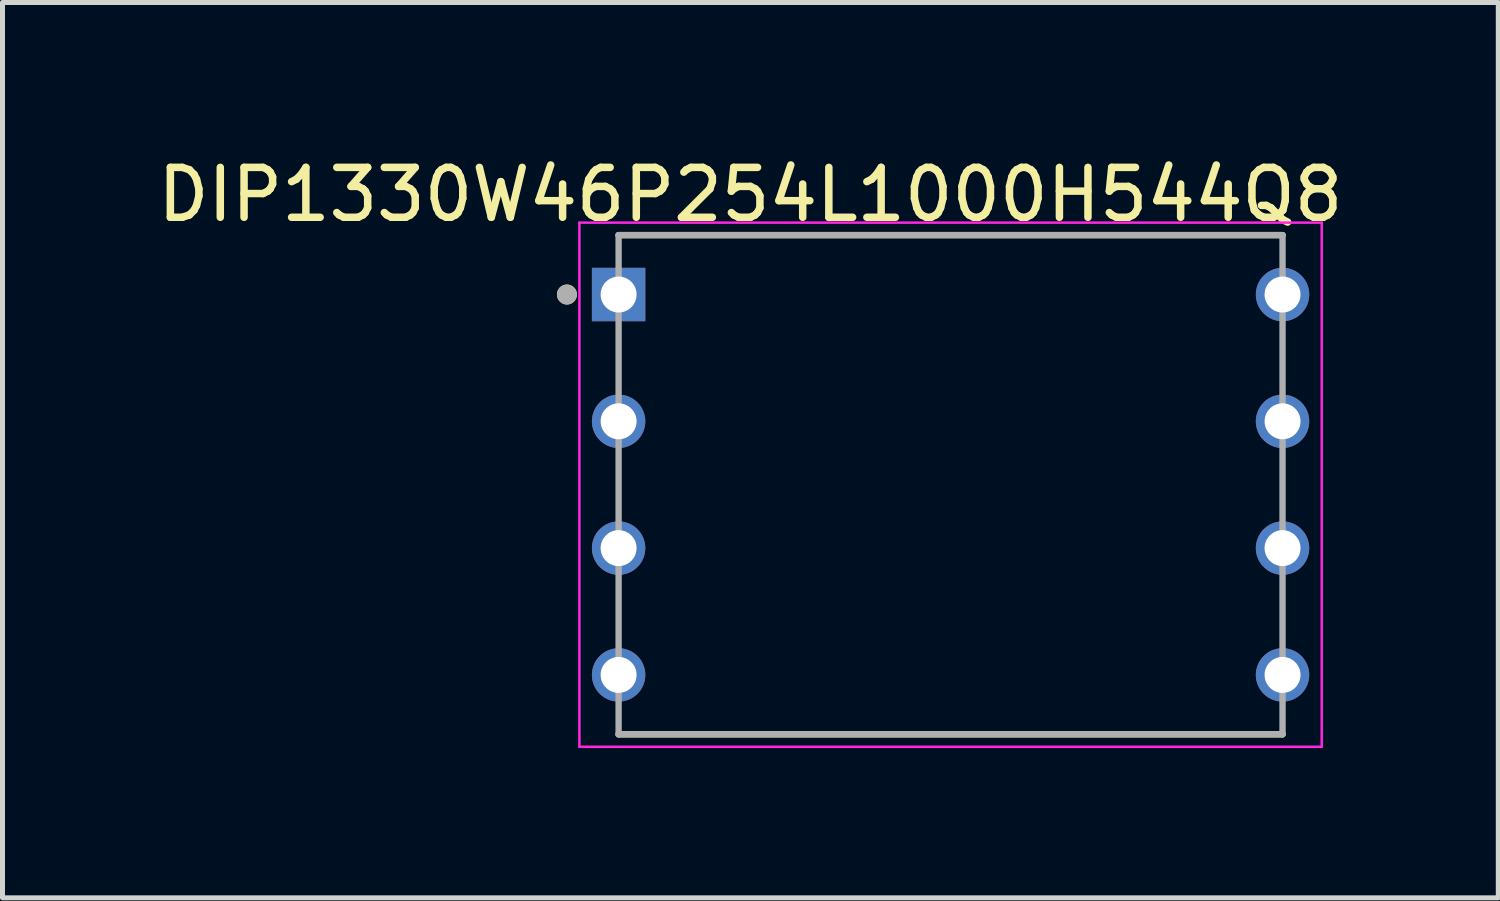
<source format=kicad_pcb>
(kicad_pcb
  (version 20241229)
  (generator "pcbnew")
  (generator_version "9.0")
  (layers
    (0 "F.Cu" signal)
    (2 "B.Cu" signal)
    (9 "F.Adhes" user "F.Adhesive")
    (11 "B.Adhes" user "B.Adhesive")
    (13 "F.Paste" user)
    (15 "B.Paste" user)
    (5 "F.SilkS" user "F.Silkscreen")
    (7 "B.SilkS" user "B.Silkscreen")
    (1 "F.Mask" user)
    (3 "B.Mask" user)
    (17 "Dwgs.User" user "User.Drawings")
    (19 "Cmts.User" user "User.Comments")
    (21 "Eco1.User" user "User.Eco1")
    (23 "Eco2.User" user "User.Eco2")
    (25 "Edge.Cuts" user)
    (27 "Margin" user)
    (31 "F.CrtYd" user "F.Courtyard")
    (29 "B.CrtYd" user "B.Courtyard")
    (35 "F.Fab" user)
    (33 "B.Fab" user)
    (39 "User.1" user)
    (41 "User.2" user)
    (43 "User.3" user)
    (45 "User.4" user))
  (footprint "DIP1330W46P254L1000H544Q8"
    (layer "F.Cu")
    (at 15.992 6.66)
    (property "Reference" "DIP1330W46P254L1000H544Q8" (at -4.01 -5.812 0) (layer "F.SilkS") (effects (font (size 1 1) (thickness 0.15))))
    (attr through_hole)
    (fp_line (start -6.65 -5) (end 6.65 -5) (stroke (width 0.127) (type solid)) (layer "F.SilkS"))
    (fp_line (start -6.65 5) (end 6.65 5) (stroke (width 0.127) (type solid)) (layer "F.SilkS"))
    (fp_circle (center -7.685 -3.81) (end -7.585 -3.81) (stroke (width 0.2) (type solid)) (fill no) (layer "F.SilkS"))
    (fp_line (start -7.435 -5.25) (end -7.435 5.25) (stroke (width 0.05) (type solid)) (layer "F.CrtYd"))
    (fp_line (start 7.435 -5.25) (end -7.435 -5.25) (stroke (width 0.05) (type solid)) (layer "F.CrtYd"))
    (fp_line (start 7.435 -5.25) (end 7.435 5.25) (stroke (width 0.05) (type solid)) (layer "F.CrtYd"))
    (fp_line (start 7.435 5.25) (end -7.435 5.25) (stroke (width 0.05) (type solid)) (layer "F.CrtYd"))
    (fp_line (start -6.65 -5) (end -6.65 5) (stroke (width 0.127) (type solid)) (layer "F.Fab"))
    (fp_line (start -6.65 -5) (end 6.65 -5) (stroke (width 0.127) (type solid)) (layer "F.Fab"))
    (fp_line (start -6.65 5) (end 6.65 5) (stroke (width 0.127) (type solid)) (layer "F.Fab"))
    (fp_line (start 6.65 -5) (end 6.65 5) (stroke (width 0.127) (type solid)) (layer "F.Fab"))
    (fp_circle (center -7.685 -3.81) (end -7.585 -3.81) (stroke (width 0.2) (type solid)) (fill no) (layer "F.Fab"))
    (pad "1" thru_hole rect (at -6.65 -3.81) (size 1.07 1.07) (drill 0.72) (layers "*.Cu" "*.Mask"))
    (pad "2" thru_hole circle (at -6.65 -1.27) (size 1.07 1.07) (drill 0.72) (layers "*.Cu" "*.Mask"))
    (pad "3" thru_hole circle (at -6.65 1.27) (size 1.07 1.07) (drill 0.72) (layers "*.Cu" "*.Mask"))
    (pad "4" thru_hole circle (at -6.65 3.81) (size 1.07 1.07) (drill 0.72) (layers "*.Cu" "*.Mask"))
    (pad "5" thru_hole circle (at 6.65 3.81) (size 1.07 1.07) (drill 0.72) (layers "*.Cu" "*.Mask"))
    (pad "6" thru_hole circle (at 6.65 1.27) (size 1.07 1.07) (drill 0.72) (layers "*.Cu" "*.Mask"))
    (pad "7" thru_hole circle (at 6.65 -1.27) (size 1.07 1.07) (drill 0.72) (layers "*.Cu" "*.Mask"))
    (pad "8" thru_hole circle (at 6.65 -3.81) (size 1.07 1.07) (drill 0.72) (layers "*.Cu" "*.Mask")))
  (gr_rect
    (start -3 -3)
    (end 26.964 14.935)
    (stroke (width 0.1) (type default))
    (fill no)
    (layer "Edge.Cuts")))
</source>
